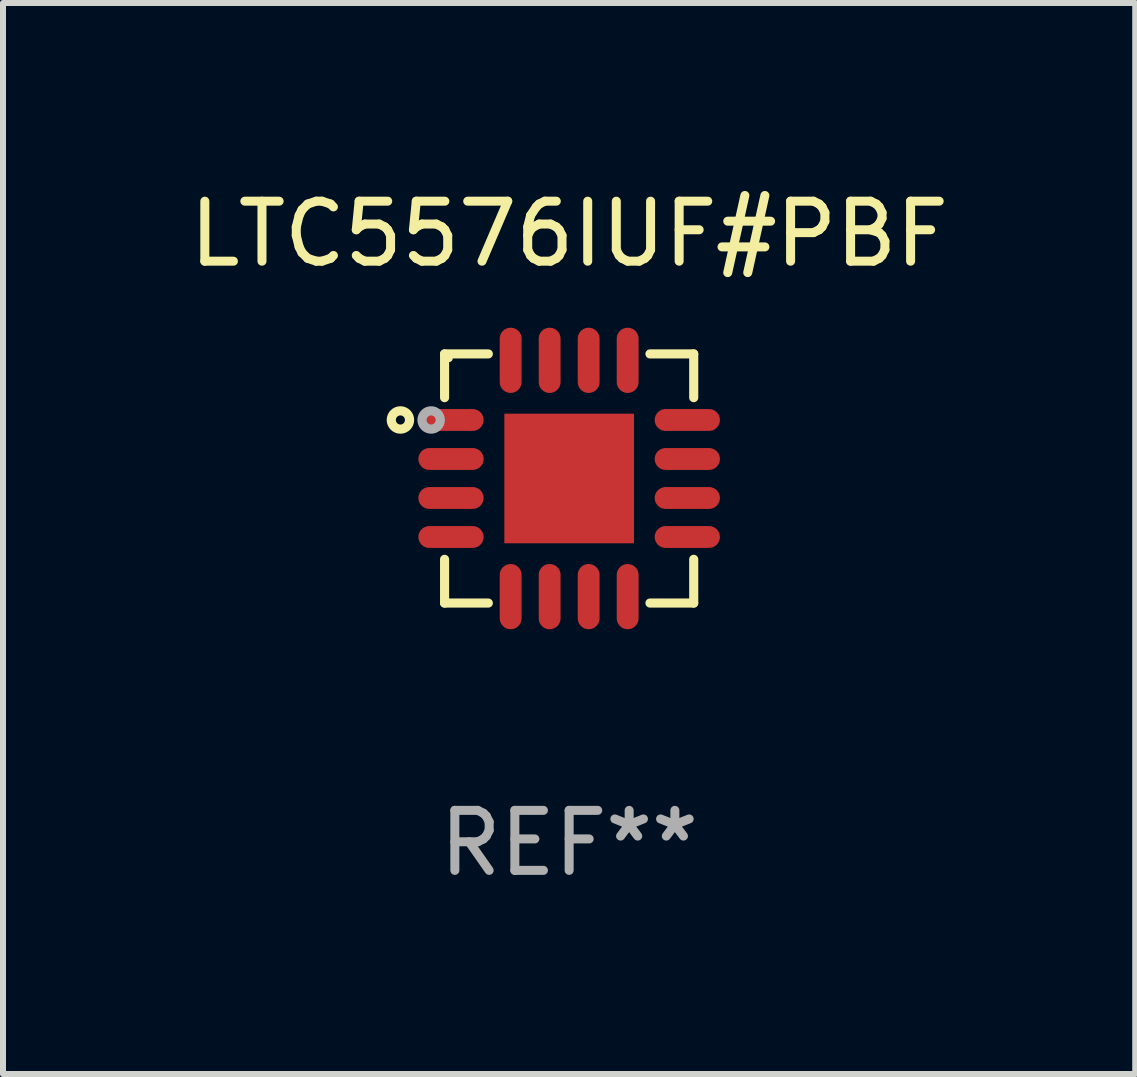
<source format=kicad_pcb>
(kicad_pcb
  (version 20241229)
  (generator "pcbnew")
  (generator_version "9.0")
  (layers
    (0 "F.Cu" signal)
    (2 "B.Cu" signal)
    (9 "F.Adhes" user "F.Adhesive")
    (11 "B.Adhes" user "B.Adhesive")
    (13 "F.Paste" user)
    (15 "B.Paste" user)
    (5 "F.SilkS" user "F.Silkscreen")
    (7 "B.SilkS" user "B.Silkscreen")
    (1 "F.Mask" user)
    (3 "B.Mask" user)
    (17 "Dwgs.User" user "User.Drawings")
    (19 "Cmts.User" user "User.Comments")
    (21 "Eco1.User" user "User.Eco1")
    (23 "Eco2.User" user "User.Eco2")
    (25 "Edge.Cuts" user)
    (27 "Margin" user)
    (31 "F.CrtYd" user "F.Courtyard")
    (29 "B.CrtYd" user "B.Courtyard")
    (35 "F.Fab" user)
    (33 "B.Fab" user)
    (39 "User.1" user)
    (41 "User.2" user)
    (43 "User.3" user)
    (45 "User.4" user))
  (footprint "LTC5576IUF#PBF"
    (layer "F.Cu")
    (at 6.435 4.924)
    (property "Reference" "LTC5576IUF#PBF" (at 0 -4.076 0) (layer "F.SilkS") (effects (font (size 1 1) (thickness 0.15))))
    (attr through_hole)
    (fp_line (start -2.076 -2.076) (end -2.076 -1.347) (stroke (width 0.152) (type solid)) (layer "F.SilkS"))
    (fp_line (start -2.076 2.076) (end -2.076 1.347) (stroke (width 0.152) (type solid)) (layer "F.SilkS"))
    (fp_line (start -1.347 -2.076) (end -2.076 -2.076) (stroke (width 0.152) (type solid)) (layer "F.SilkS"))
    (fp_line (start -1.347 2.076) (end -2.076 2.076) (stroke (width 0.152) (type solid)) (layer "F.SilkS"))
    (fp_line (start 1.347 -2.076) (end 2.076 -2.076) (stroke (width 0.152) (type solid)) (layer "F.SilkS"))
    (fp_line (start 1.347 2.076) (end 2.076 2.076) (stroke (width 0.152) (type solid)) (layer "F.SilkS"))
    (fp_line (start 2.076 -2.076) (end 2.076 -1.347) (stroke (width 0.152) (type solid)) (layer "F.SilkS"))
    (fp_line (start 2.076 2.076) (end 2.076 1.347) (stroke (width 0.152) (type solid)) (layer "F.SilkS"))
    (fp_circle (center -2.812 -0.975) (end -2.736 -0.975) (stroke (width 0.153) (type solid)) (fill no) (layer "F.SilkS"))
    (fp_circle (center -2 -2) (end -1.97 -2) (stroke (width 0.06) (type solid)) (fill no) (layer "F.SilkS"))
    (fp_circle (center -2.3 -0.975) (end -2.224 -0.975) (stroke (width 0.153) (type solid)) (fill no) (layer "F.Fab"))
    (fp_text user "REF**" (at 0 6.076 0) (layer "F.Fab") (effects (font (size 1 1) (thickness 0.15))))
    (pad "1" smd oval (at -1.969 -0.975 270) (size 0.364 1.087) (layers "F.Cu" "F.Mask" "F.Paste"))
    (pad "2" smd oval (at -1.969 -0.325 270) (size 0.364 1.087) (layers "F.Cu" "F.Mask" "F.Paste"))
    (pad "3" smd oval (at -1.969 0.325 270) (size 0.364 1.087) (layers "F.Cu" "F.Mask" "F.Paste"))
    (pad "4" smd oval (at -1.969 0.975 270) (size 0.364 1.087) (layers "F.Cu" "F.Mask" "F.Paste"))
    (pad "5" smd oval (at -0.975 1.969 270) (size 1.087 0.364) (layers "F.Cu" "F.Mask" "F.Paste"))
    (pad "6" smd oval (at -0.325 1.969 270) (size 1.087 0.364) (layers "F.Cu" "F.Mask" "F.Paste"))
    (pad "7" smd oval (at 0.325 1.969 270) (size 1.087 0.364) (layers "F.Cu" "F.Mask" "F.Paste"))
    (pad "8" smd oval (at 0.975 1.969 270) (size 1.087 0.364) (layers "F.Cu" "F.Mask" "F.Paste"))
    (pad "9" smd oval (at 1.969 0.975 270) (size 0.364 1.087) (layers "F.Cu" "F.Mask" "F.Paste"))
    (pad "10" smd oval (at 1.969 0.325 270) (size 0.364 1.087) (layers "F.Cu" "F.Mask" "F.Paste"))
    (pad "11" smd oval (at 1.969 -0.325 270) (size 0.364 1.087) (layers "F.Cu" "F.Mask" "F.Paste"))
    (pad "12" smd oval (at 1.969 -0.975 270) (size 0.364 1.087) (layers "F.Cu" "F.Mask" "F.Paste"))
    (pad "13" smd oval (at 0.975 -1.969 270) (size 1.087 0.364) (layers "F.Cu" "F.Mask" "F.Paste"))
    (pad "14" smd oval (at 0.325 -1.969 270) (size 1.087 0.364) (layers "F.Cu" "F.Mask" "F.Paste"))
    (pad "15" smd oval (at -0.325 -1.969 270) (size 1.087 0.364) (layers "F.Cu" "F.Mask" "F.Paste"))
    (pad "16" smd oval (at -0.975 -1.969 270) (size 1.087 0.364) (layers "F.Cu" "F.Mask" "F.Paste"))
    (pad "17" smd rect (at 0 0) (size 2.16 2.16) (layers "F.Cu" "F.Mask" "F.Paste")))
  (gr_rect
    (start -3 -3)
    (end 15.869 14.849)
    (stroke (width 0.1) (type default))
    (fill no)
    (layer "Edge.Cuts")))
</source>
